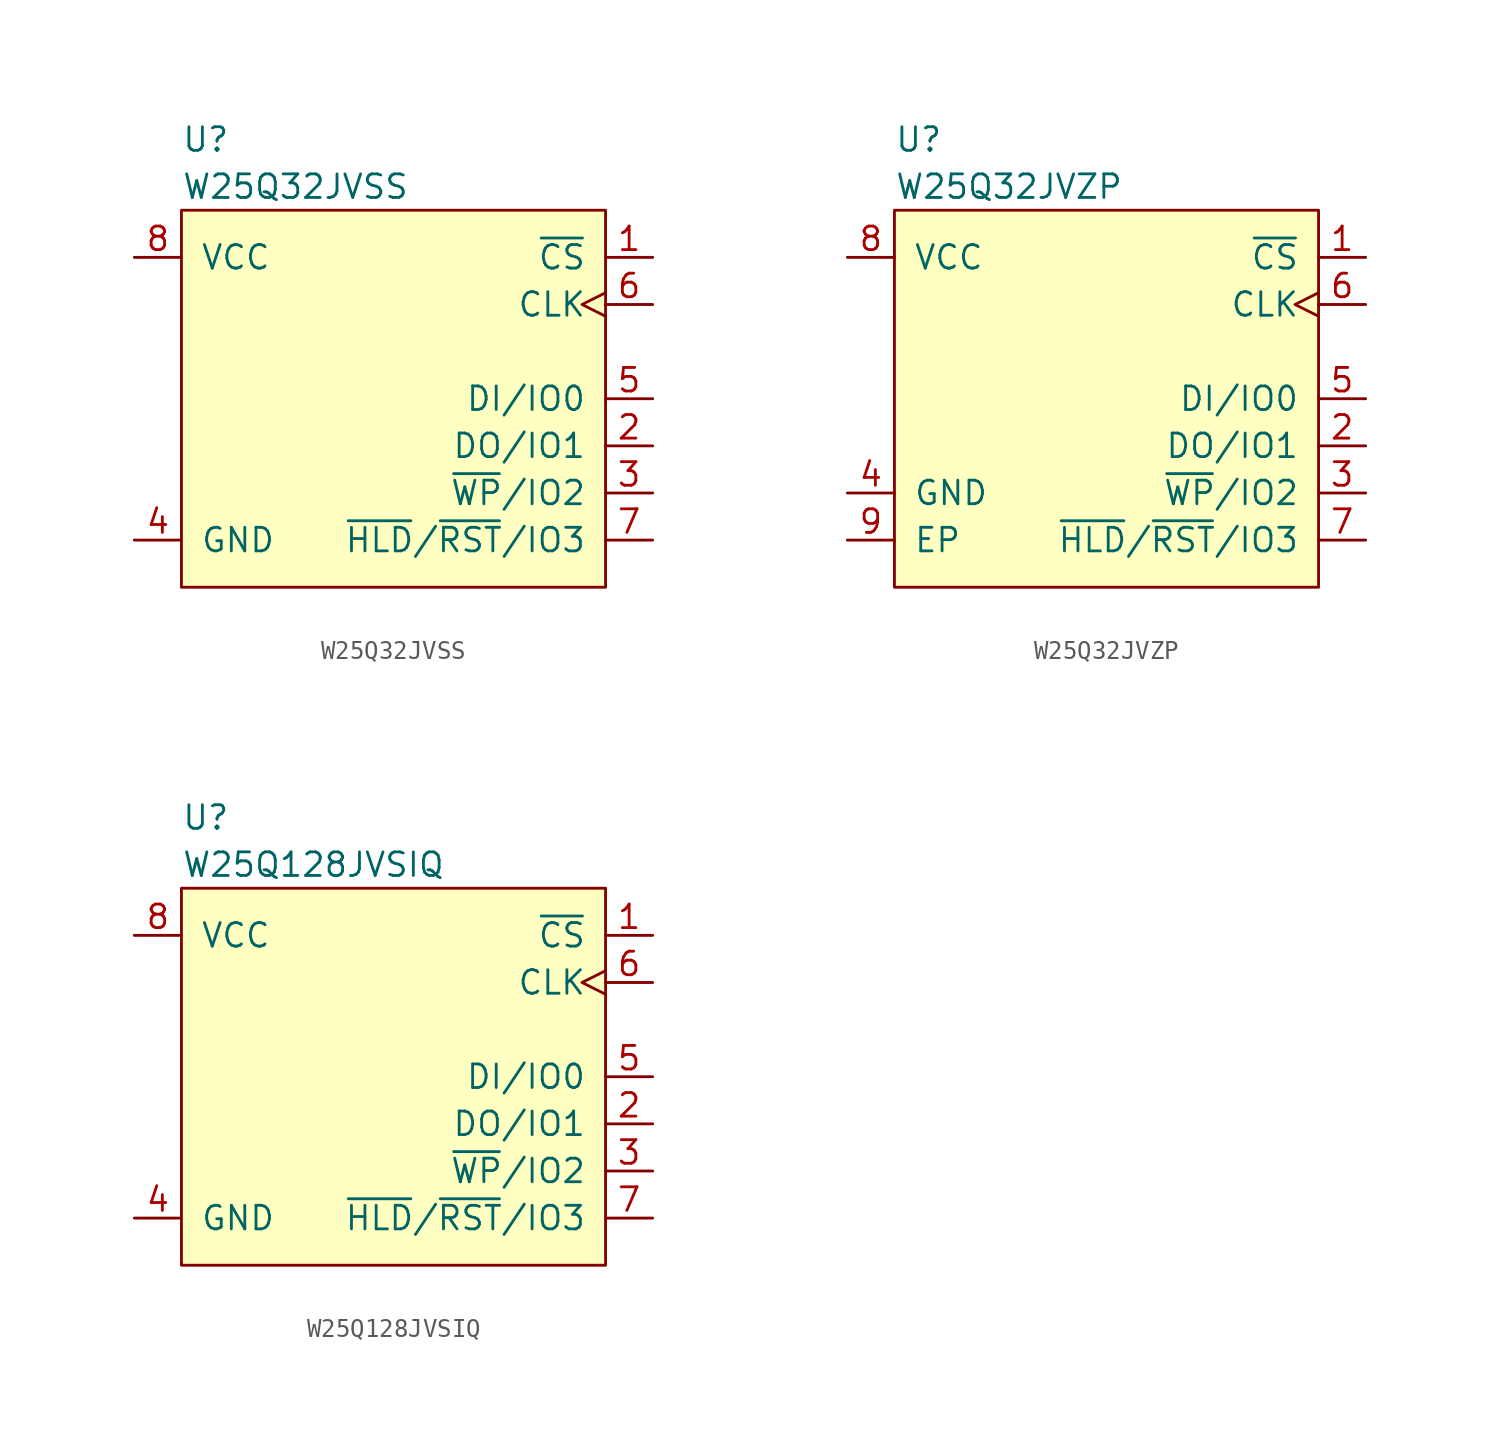
<source format=kicad_sym>
(kicad_symbol_lib
  (version 20231120)
  (generator "kicad_symbol_editor")
  (generator_version "8.0")
  (symbol "W25Q32JVSS"
    (pin_names
      (offset 1.016))
    (property "Reference" "U"
      (at 0 3.81 0)
      (effects (font (size 1.27 1.27)) (justify left)))
    (property "Value" "W25Q32JVSS"
      (at 0 1.27 0)
      (effects (font (size 1.27 1.27)) (justify left)))
    (symbol "W25Q32JVSS_0_1"
      (rectangle (start 0 0) (end 22.86 -20.32) (stroke (width 0) (type solid)) (fill (type background))))
    (symbol "W25Q32JVSS_1_1"
      (pin input line (at 25.4 -2.54 180) (length 2.54) (name "~{CS}" (effects (font (size 1.27 1.27)))) (number "1" (effects (font (size 1.27 1.27)))))
      (pin bidirectional line (at 25.4 -12.7 180) (length 2.54) (name "DO/IO1" (effects (font (size 1.27 1.27)))) (number "2" (effects (font (size 1.27 1.27)))))
      (pin bidirectional line (at 25.4 -15.24 180) (length 2.54) (name "~{WP}/IO2" (effects (font (size 1.27 1.27)))) (number "3" (effects (font (size 1.27 1.27)))))
      (pin power_in line (at -2.54 -17.78 0) (length 2.54) (name "GND" (effects (font (size 1.27 1.27)))) (number "4" (effects (font (size 1.27 1.27)))))
      (pin bidirectional line (at 25.4 -10.16 180) (length 2.54) (name "DI/IO0" (effects (font (size 1.27 1.27)))) (number "5" (effects (font (size 1.27 1.27)))))
      (pin input clock (at 25.4 -5.08 180) (length 2.54) (name "CLK" (effects (font (size 1.27 1.27)))) (number "6" (effects (font (size 1.27 1.27)))))
      (pin bidirectional line (at 25.4 -17.78 180) (length 2.54) (name "~{HLD}/~{RST}/IO3" (effects (font (size 1.27 1.27)))) (number "7" (effects (font (size 1.27 1.27)))))
      (pin power_in line (at -2.54 -2.54 0) (length 2.54) (name "VCC" (effects (font (size 1.27 1.27)))) (number "8" (effects (font (size 1.27 1.27)))))))
  (symbol "W25Q32JVZP"
    (pin_names
      (offset 1.016))
    (property "Reference" "U"
      (at 0 3.81 0)
      (effects (font (size 1.27 1.27)) (justify left)))
    (property "Value" "W25Q32JVZP"
      (at 0 1.27 0)
      (effects (font (size 1.27 1.27)) (justify left)))
    (symbol "W25Q32JVZP_0_1"
      (rectangle (start 0 0) (end 22.86 -20.32) (stroke (width 0) (type solid)) (fill (type background))))
    (symbol "W25Q32JVZP_1_1"
      (pin input line (at 25.4 -2.54 180) (length 2.54) (name "~{CS}" (effects (font (size 1.27 1.27)))) (number "1" (effects (font (size 1.27 1.27)))))
      (pin bidirectional line (at 25.4 -12.7 180) (length 2.54) (name "DO/IO1" (effects (font (size 1.27 1.27)))) (number "2" (effects (font (size 1.27 1.27)))))
      (pin bidirectional line (at 25.4 -15.24 180) (length 2.54) (name "~{WP}/IO2" (effects (font (size 1.27 1.27)))) (number "3" (effects (font (size 1.27 1.27)))))
      (pin power_in line (at -2.54 -15.24 0) (length 2.54) (name "GND" (effects (font (size 1.27 1.27)))) (number "4" (effects (font (size 1.27 1.27)))))
      (pin bidirectional line (at 25.4 -10.16 180) (length 2.54) (name "DI/IO0" (effects (font (size 1.27 1.27)))) (number "5" (effects (font (size 1.27 1.27)))))
      (pin input clock (at 25.4 -5.08 180) (length 2.54) (name "CLK" (effects (font (size 1.27 1.27)))) (number "6" (effects (font (size 1.27 1.27)))))
      (pin bidirectional line (at 25.4 -17.78 180) (length 2.54) (name "~{HLD}/~{RST}/IO3" (effects (font (size 1.27 1.27)))) (number "7" (effects (font (size 1.27 1.27)))))
      (pin power_in line (at -2.54 -2.54 0) (length 2.54) (name "VCC" (effects (font (size 1.27 1.27)))) (number "8" (effects (font (size 1.27 1.27)))))
      (pin power_in line (at -2.54 -17.78 0) (length 2.54) (name "EP" (effects (font (size 1.27 1.27)))) (number "9" (effects (font (size 1.27 1.27)))))))
  (symbol "W25Q128JVSIQ"
    (pin_names
      (offset 1.016))
    (property "Reference" "U"
      (at 0 3.81 0)
      (effects (font (size 1.27 1.27)) (justify left)))
    (property "Value" "W25Q128JVSIQ"
      (at 0 1.27 0)
      (effects (font (size 1.27 1.27)) (justify left)))
    (symbol "W25Q128JVSIQ_0_1"
      (rectangle (start 0 0) (end 22.86 -20.32) (stroke (width 0) (type solid)) (fill (type background))))
    (symbol "W25Q128JVSIQ_1_1"
      (pin input line (at 25.4 -2.54 180) (length 2.54) (name "~{CS}" (effects (font (size 1.27 1.27)))) (number "1" (effects (font (size 1.27 1.27)))))
      (pin bidirectional line (at 25.4 -12.7 180) (length 2.54) (name "DO/IO1" (effects (font (size 1.27 1.27)))) (number "2" (effects (font (size 1.27 1.27)))))
      (pin bidirectional line (at 25.4 -15.24 180) (length 2.54) (name "~{WP}/IO2" (effects (font (size 1.27 1.27)))) (number "3" (effects (font (size 1.27 1.27)))))
      (pin power_in line (at -2.54 -17.78 0) (length 2.54) (name "GND" (effects (font (size 1.27 1.27)))) (number "4" (effects (font (size 1.27 1.27)))))
      (pin bidirectional line (at 25.4 -10.16 180) (length 2.54) (name "DI/IO0" (effects (font (size 1.27 1.27)))) (number "5" (effects (font (size 1.27 1.27)))))
      (pin input clock (at 25.4 -5.08 180) (length 2.54) (name "CLK" (effects (font (size 1.27 1.27)))) (number "6" (effects (font (size 1.27 1.27)))))
      (pin bidirectional line (at 25.4 -17.78 180) (length 2.54) (name "~{HLD}/~{RST}/IO3" (effects (font (size 1.27 1.27)))) (number "7" (effects (font (size 1.27 1.27)))))
      (pin power_in line (at -2.54 -2.54 0) (length 2.54) (name "VCC" (effects (font (size 1.27 1.27)))) (number "8" (effects (font (size 1.27 1.27))))))))
</source>
